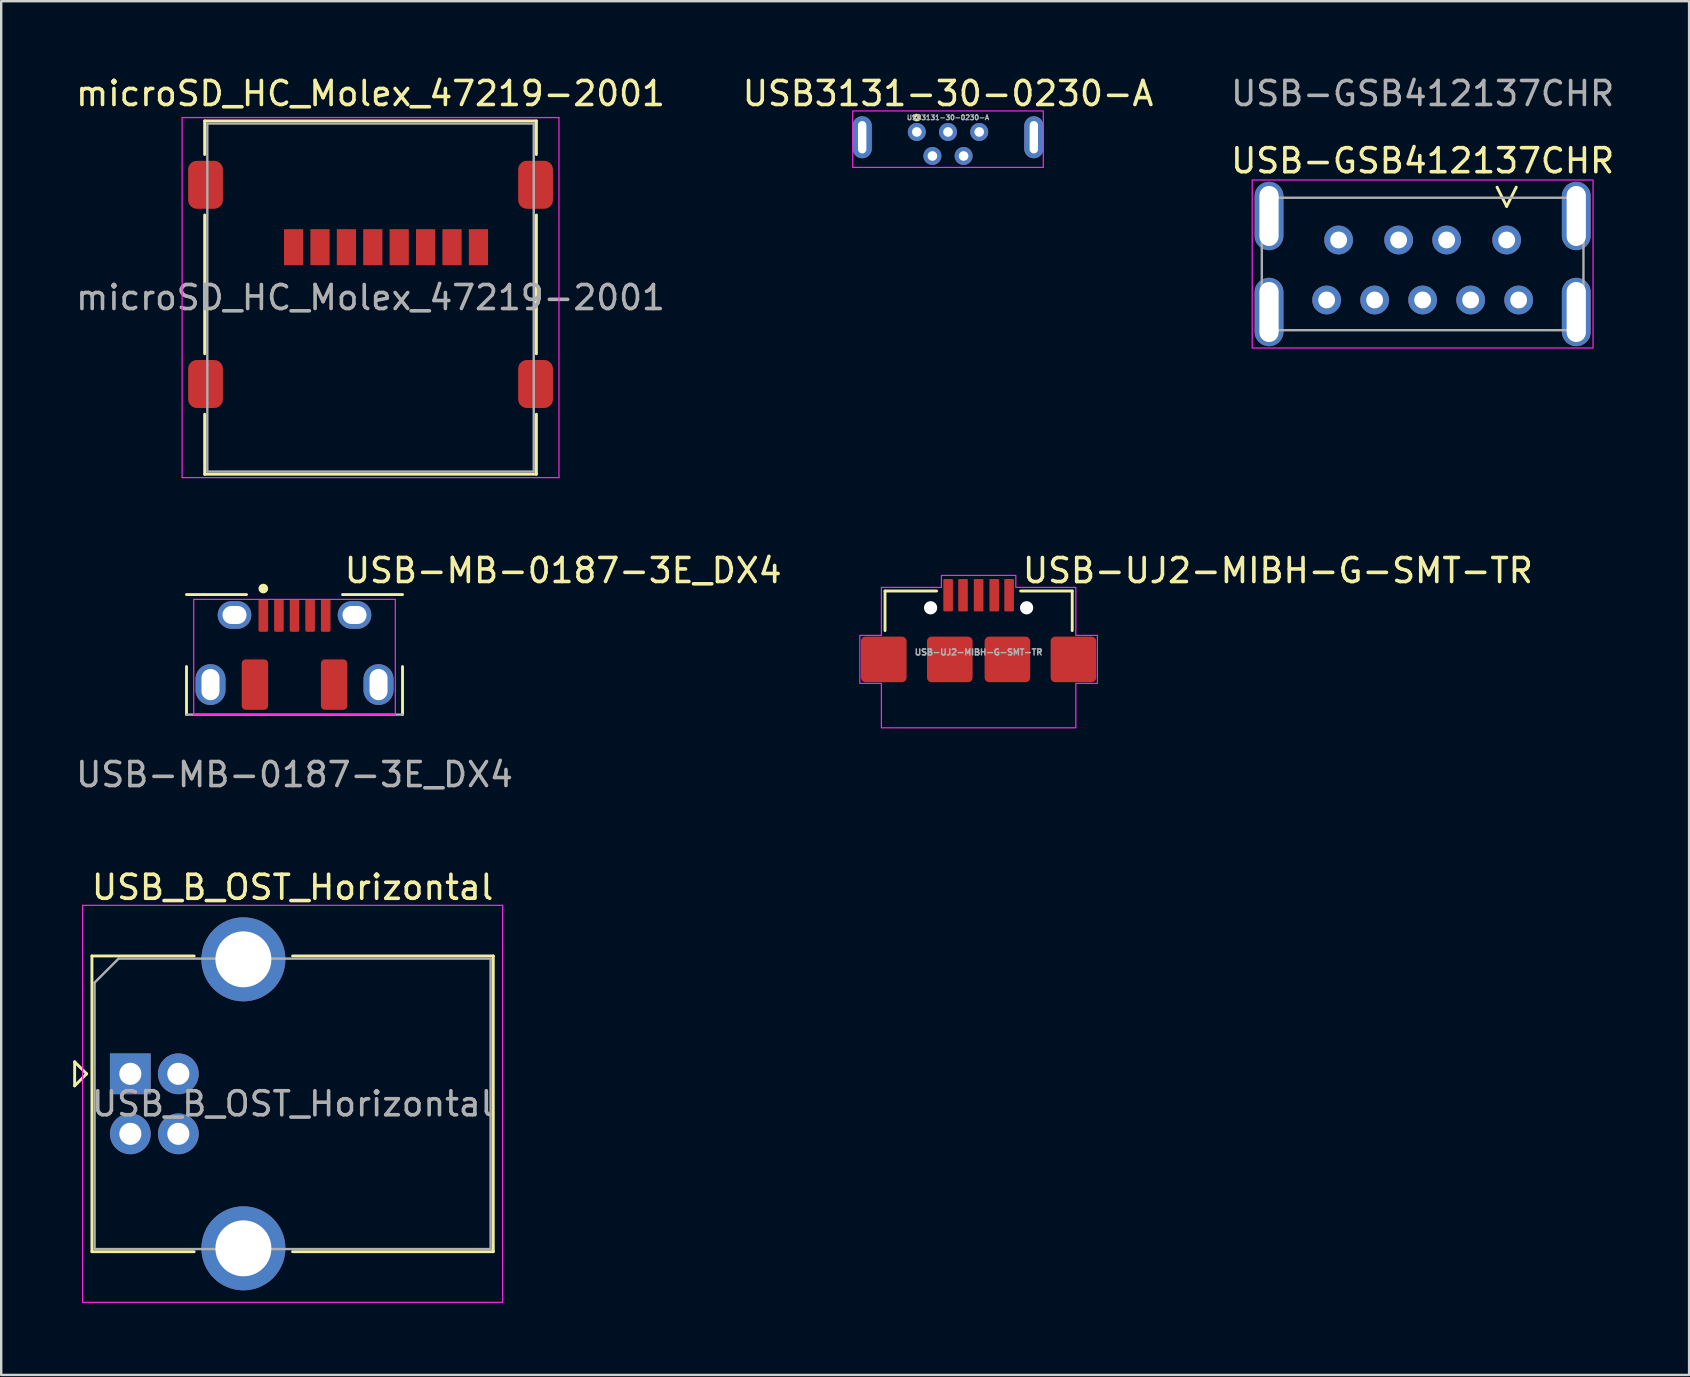
<source format=kicad_pcb>
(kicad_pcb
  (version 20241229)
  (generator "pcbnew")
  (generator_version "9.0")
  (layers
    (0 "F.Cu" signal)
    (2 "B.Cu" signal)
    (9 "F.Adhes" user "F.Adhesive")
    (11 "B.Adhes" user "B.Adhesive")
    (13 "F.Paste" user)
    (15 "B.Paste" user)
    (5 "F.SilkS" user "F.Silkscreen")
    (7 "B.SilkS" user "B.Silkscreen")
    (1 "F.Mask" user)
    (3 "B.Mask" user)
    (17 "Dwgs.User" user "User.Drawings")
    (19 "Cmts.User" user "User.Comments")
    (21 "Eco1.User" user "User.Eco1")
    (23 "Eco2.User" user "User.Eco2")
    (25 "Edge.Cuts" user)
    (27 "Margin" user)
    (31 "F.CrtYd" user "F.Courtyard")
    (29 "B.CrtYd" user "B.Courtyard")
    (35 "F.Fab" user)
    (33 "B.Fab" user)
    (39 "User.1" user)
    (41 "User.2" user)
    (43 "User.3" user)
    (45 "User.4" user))
  (footprint "USB_B_OST_Horizontal"
    (layer "F.Cu")
    (at 2.38 41.688)
    (property "Reference" "USB_B_OST_Horizontal" (at 6.76 -7.77 0) (layer "F.SilkS") (effects (font (size 1 1) (thickness 0.15))))
    (attr through_hole)
    (fp_line (start -2.32 -0.5) (end -2.32 0.5) (stroke (width 0.12) (type solid)) (layer "F.SilkS"))
    (fp_line (start -2.32 0.5) (end -1.82 0) (stroke (width 0.12) (type solid)) (layer "F.SilkS"))
    (fp_line (start -1.82 0) (end -2.32 -0.5) (stroke (width 0.12) (type solid)) (layer "F.SilkS"))
    (fp_line (start -1.6 -4.91) (end -1.6 7.41) (stroke (width 0.12) (type solid)) (layer "F.SilkS"))
    (fp_line (start -1.6 7.41) (end 2.66 7.41) (stroke (width 0.12) (type solid)) (layer "F.SilkS"))
    (fp_line (start 2.66 -4.91) (end -1.6 -4.91) (stroke (width 0.12) (type solid)) (layer "F.SilkS"))
    (fp_line (start 6.76 -4.91) (end 15.12 -4.91) (stroke (width 0.12) (type solid)) (layer "F.SilkS"))
    (fp_line (start 15.12 -4.91) (end 15.12 7.41) (stroke (width 0.12) (type solid)) (layer "F.SilkS"))
    (fp_line (start 15.12 7.41) (end 6.76 7.41) (stroke (width 0.12) (type solid)) (layer "F.SilkS"))
    (fp_line (start -1.99 -7.02) (end -1.99 9.52) (stroke (width 0.05) (type solid)) (layer "F.CrtYd"))
    (fp_line (start -1.99 9.52) (end 15.51 9.52) (stroke (width 0.05) (type solid)) (layer "F.CrtYd"))
    (fp_line (start 15.51 -7.02) (end -1.99 -7.02) (stroke (width 0.05) (type solid)) (layer "F.CrtYd"))
    (fp_line (start 15.51 9.52) (end 15.51 -7.02) (stroke (width 0.05) (type solid)) (layer "F.CrtYd"))
    (fp_line (start -1.49 -3.8) (end -0.49 -4.8) (stroke (width 0.1) (type solid)) (layer "F.Fab"))
    (fp_line (start -1.49 7.3) (end -1.49 -3.8) (stroke (width 0.1) (type solid)) (layer "F.Fab"))
    (fp_line (start -0.49 -4.8) (end 15.01 -4.8) (stroke (width 0.1) (type solid)) (layer "F.Fab"))
    (fp_line (start 15.01 -4.8) (end 15.01 7.3) (stroke (width 0.1) (type solid)) (layer "F.Fab"))
    (fp_line (start 15.01 7.3) (end -1.49 7.3) (stroke (width 0.1) (type solid)) (layer "F.Fab"))
    (fp_text user "${REFERENCE}" (at 6.76 1.25 0) (layer "F.Fab") (effects (font (size 1 1) (thickness 0.15))))
    (pad "1" thru_hole rect (at 0 0) (size 1.7 1.7) (drill 0.92) (layers "*.Cu" "*.Mask"))
    (pad "2" thru_hole circle (at 0 2.5) (size 1.7 1.7) (drill 0.92) (layers "*.Cu" "*.Mask"))
    (pad "3" thru_hole circle (at 2 2.5) (size 1.7 1.7) (drill 0.92) (layers "*.Cu" "*.Mask"))
    (pad "4" thru_hole circle (at 2 0) (size 1.7 1.7) (drill 0.92) (layers "*.Cu" "*.Mask"))
    (pad "5" thru_hole circle (at 4.71 -4.77) (size 3.5 3.5) (drill 2.33) (layers "*.Cu" "*.Mask"))
    (pad "5" thru_hole circle (at 4.71 7.27) (size 3.5 3.5) (drill 2.33) (layers "*.Cu" "*.Mask")))
  (footprint "USB-GSB412137CHR"
    (layer "F.Cu")
    (at 56.22 7.948)
    (property "Reference" "USB-GSB412137CHR" (at 0 -4.3 0) (unlocked yes) (layer "F.SilkS") (effects (font (size 1 1) (thickness 0.15))))
    (attr through_hole)
    (fp_line (start 3.5 -2.4) (end 3.1 -3.2) (stroke (width 0.12) (type solid)) (layer "F.SilkS"))
    (fp_line (start 3.5 -2.4) (end 3.9 -3.2) (stroke (width 0.12) (type solid)) (layer "F.SilkS"))
    (fp_rect (start -7.1 -3.5) (end 7.1 3.5) (stroke (width 0.05) (type solid)) (fill no) (layer "F.CrtYd"))
    (fp_rect (start -6.7 -2.76) (end 6.7 2.76) (stroke (width 0.1) (type solid)) (fill no) (layer "F.Fab"))
    (fp_text user "${REFERENCE}" (at 0 -7.1 0) (unlocked yes) (layer "F.Fab") (effects (font (size 1 1) (thickness 0.15))))
    (pad "1" thru_hole circle (at 3.5 -1) (size 1.2 1.2) (drill 0.7) (layers "*.Cu" "*.Mask"))
    (pad "2" thru_hole circle (at 1 -1) (size 1.2 1.2) (drill 0.7) (layers "*.Cu" "*.Mask"))
    (pad "3" thru_hole circle (at -1 -1) (size 1.2 1.2) (drill 0.7) (layers "*.Cu" "*.Mask"))
    (pad "4" thru_hole circle (at -3.5 -1) (size 1.2 1.2) (drill 0.7) (layers "*.Cu" "*.Mask"))
    (pad "5" thru_hole circle (at -4 1.5) (size 1.2 1.2) (drill 0.7) (layers "*.Cu" "*.Mask"))
    (pad "6" thru_hole circle (at -2 1.5) (size 1.2 1.2) (drill 0.7) (layers "*.Cu" "*.Mask"))
    (pad "7" thru_hole circle (at 0 1.5) (size 1.2 1.2) (drill 0.7) (layers "*.Cu" "*.Mask"))
    (pad "8" thru_hole circle (at 2 1.5) (size 1.2 1.2) (drill 0.7) (layers "*.Cu" "*.Mask"))
    (pad "9" thru_hole circle (at 4 1.5) (size 1.2 1.2) (drill 0.7) (layers "*.Cu" "*.Mask"))
    (pad "10" thru_hole oval (at -6.4 -2) (size 1.2 2.85) (drill oval 0.8 2.5) (layers "*.Cu" "*.Mask"))
    (pad "10" thru_hole oval (at -6.4 2) (size 1.2 2.85) (drill oval 0.8 2.5) (layers "*.Cu" "*.Mask"))
    (pad "10" thru_hole oval (at 6.4 -2) (size 1.2 2.85) (drill oval 0.8 2.5) (layers "*.Cu" "*.Mask"))
    (pad "10" thru_hole oval (at 6.4 2) (size 1.2 2.85) (drill oval 0.8 2.5) (layers "*.Cu" "*.Mask")))
  (footprint "USB-UJ2-MIBH-G-SMT-TR"
    (layer "F.Cu")
    (at 37.721 24.422)
    (property "Reference" "USB-UJ2-MIBH-G-SMT-TR" (at 1.75 -3.7 0) (unlocked yes) (layer "F.SilkS") (effects (font (size 1 1) (thickness 0.15)) (justify left)))
    (attr smd)
    (fp_line (start -3.9 -2.85) (end -3.9 -1.2) (stroke (width 0.12) (type default)) (layer "F.SilkS"))
    (fp_line (start -3.9 -2.85) (end -1.75 -2.85) (stroke (width 0.12) (type default)) (layer "F.SilkS"))
    (fp_line (start 1.75 -2.85) (end 3.9 -2.85) (stroke (width 0.12) (type default)) (layer "F.SilkS"))
    (fp_line (start 3.9 -2.85) (end 3.9 -1.2) (stroke (width 0.12) (type default)) (layer "F.SilkS"))
    (fp_poly (pts (xy -4.05 -3) (xy -1.55 -3) (xy -1.55 -3.5) (xy 1.55 -3.5) (xy 1.55 -3) (xy 4.05 -3) (xy 4.05 -1) (xy 4.95 -1) (xy 4.95 1) (xy 4.05 1) (xy 4.05 2.85) (xy -4.05 2.85) (xy -4.05 1) (xy -4.95 1) (xy -4.95 -1) (xy -4.05 -1)) (stroke (width 0.05) (type solid)) (fill no) (layer "F.CrtYd"))
    (fp_line (start -5 1.45) (end 5 1.45) (stroke (width 0.12) (type default)) (layer "User.2"))
    (fp_text user "${REFERENCE}" (at 0 -0.3 0) (unlocked yes) (layer "F.Fab") (effects (font (size 0.25 0.25) (thickness 0.85))))
    (pad "" np_thru_hole circle (at -2 -2.15) (size 0.55 0.55) (drill 0.55) (layers "*.Cu" "*.Mask"))
    (pad "" np_thru_hole circle (at 2 -2.15) (size 0.55 0.55) (drill 0.55) (layers "*.Cu" "*.Mask"))
    (pad "1" smd roundrect (at -1.27 -2.675) (size 0.4 1.35) (layers "F.Cu" "F.Mask" "F.Paste") (roundrect_rratio 0.1))
    (pad "2" smd roundrect (at -0.65 -2.675) (size 0.4 1.35) (layers "F.Cu" "F.Mask" "F.Paste") (roundrect_rratio 0.1))
    (pad "3" smd roundrect (at 0 -2.675) (size 0.4 1.35) (layers "F.Cu" "F.Mask" "F.Paste") (roundrect_rratio 0.1))
    (pad "4" smd roundrect (at 0.65 -2.675) (size 0.4 1.35) (layers "F.Cu" "F.Mask" "F.Paste") (roundrect_rratio 0.1))
    (pad "5" smd roundrect (at 1.27 -2.675) (size 0.4 1.35) (layers "F.Cu" "F.Mask" "F.Paste") (roundrect_rratio 0.1))
    (pad "6" smd roundrect (at -3.95 0) (size 1.9 1.9) (layers "F.Cu" "F.Mask" "F.Paste") (roundrect_rratio 0.1))
    (pad "6" smd roundrect (at -1.2 0) (size 1.9 1.9) (layers "F.Cu" "F.Mask" "F.Paste") (roundrect_rratio 0.1))
    (pad "6" smd roundrect (at 1.2 0) (size 1.9 1.9) (layers "F.Cu" "F.Mask" "F.Paste") (roundrect_rratio 0.1))
    (pad "6" smd roundrect (at 3.95 0) (size 1.9 1.9) (layers "F.Cu" "F.Mask" "F.Paste") (roundrect_rratio 0.1)))
  (footprint "microSD_HC_Molex_47219-2001"
    (layer "F.Cu")
    (at 12.387 9.348)
    (property "Reference" "microSD_HC_Molex_47219-2001" (at 0 -8.5 0) (unlocked yes) (layer "F.SilkS") (effects (font (size 1 1) (thickness 0.15))))
    (attr smd)
    (fp_line (start -6.91 -7.36) (end -6.91 -5.96) (stroke (width 0.12) (type solid)) (layer "F.SilkS"))
    (fp_line (start -6.91 -7.36) (end 6.91 -7.36) (stroke (width 0.12) (type solid)) (layer "F.SilkS"))
    (fp_line (start -6.91 2.34) (end -6.91 -3.44) (stroke (width 0.12) (type solid)) (layer "F.SilkS"))
    (fp_line (start -6.91 4.86) (end -6.91 7.36) (stroke (width 0.12) (type solid)) (layer "F.SilkS"))
    (fp_line (start -6.91 7.36) (end 6.91 7.36) (stroke (width 0.12) (type solid)) (layer "F.SilkS"))
    (fp_line (start 6.91 -7.36) (end 6.91 -5.96) (stroke (width 0.12) (type solid)) (layer "F.SilkS"))
    (fp_line (start 6.91 -3.44) (end 6.91 2.34) (stroke (width 0.12) (type solid)) (layer "F.SilkS"))
    (fp_line (start 6.91 4.86) (end 6.91 7.36) (stroke (width 0.12) (type solid)) (layer "F.SilkS"))
    (fp_line (start -7.85 -7.5) (end -7.85 7.5) (stroke (width 0.05) (type solid)) (layer "F.CrtYd"))
    (fp_line (start -7.85 -7.5) (end 7.85 -7.5) (stroke (width 0.05) (type solid)) (layer "F.CrtYd"))
    (fp_line (start -7.85 7.5) (end 7.85 7.5) (stroke (width 0.05) (type solid)) (layer "F.CrtYd"))
    (fp_line (start 7.85 -7.5) (end 7.85 7.5) (stroke (width 0.05) (type solid)) (layer "F.CrtYd"))
    (fp_line (start -6.8 -7.25) (end 6.8 -7.25) (stroke (width 0.1) (type solid)) (layer "F.Fab"))
    (fp_line (start -6.8 7.25) (end -6.8 -7.25) (stroke (width 0.1) (type solid)) (layer "F.Fab"))
    (fp_line (start -6.8 7.25) (end 6.8 7.25) (stroke (width 0.1) (type solid)) (layer "F.Fab"))
    (fp_line (start 6.8 -7.25) (end 6.8 7.25) (stroke (width 0.1) (type solid)) (layer "F.Fab"))
    (fp_text user "${REFERENCE}" (at 0 0 0) (unlocked yes) (layer "F.Fab") (effects (font (size 1 1) (thickness 0.15))))
    (pad "1" smd rect (at -3.205 -2.1) (size 0.8 1.5) (layers "F.Cu" "F.Mask" "F.Paste"))
    (pad "2" smd rect (at -2.105 -2.1) (size 0.8 1.5) (layers "F.Cu" "F.Mask" "F.Paste"))
    (pad "3" smd rect (at -1.005 -2.1) (size 0.8 1.5) (layers "F.Cu" "F.Mask" "F.Paste"))
    (pad "4" smd rect (at 0.095 -2.1) (size 0.8 1.5) (layers "F.Cu" "F.Mask" "F.Paste"))
    (pad "5" smd rect (at 1.195 -2.1) (size 0.8 1.5) (layers "F.Cu" "F.Mask" "F.Paste"))
    (pad "6" smd rect (at 2.295 -2.1) (size 0.8 1.5) (layers "F.Cu" "F.Mask" "F.Paste"))
    (pad "7" smd rect (at 3.395 -2.1) (size 0.8 1.5) (layers "F.Cu" "F.Mask" "F.Paste"))
    (pad "8" smd rect (at 4.495 -2.1) (size 0.8 1.5) (layers "F.Cu" "F.Mask" "F.Paste"))
    (pad "9" smd roundrect (at -6.875 -4.7) (size 1.45 2) (layers "F.Cu" "F.Mask" "F.Paste") (roundrect_rratio 0.25))
    (pad "9" smd roundrect (at -6.875 3.6) (size 1.45 2) (layers "F.Cu" "F.Mask" "F.Paste") (roundrect_rratio 0.25))
    (pad "9" smd roundrect (at 6.875 -4.7) (size 1.45 2) (layers "F.Cu" "F.Mask" "F.Paste") (roundrect_rratio 0.25))
    (pad "9" smd roundrect (at 6.875 3.6) (size 1.45 2) (layers "F.Cu" "F.Mask" "F.Paste") (roundrect_rratio 0.25)))
  (footprint "USB-MB-0187-3E_DX4"
    (layer "F.Cu")
    (at 9.22 26.721)
    (property "Reference" "USB-MB-0187-3E_DX4" (at 2 -6 0) (unlocked yes) (layer "F.SilkS") (effects (font (size 1 1) (thickness 0.15)) (justify left)))
    (attr smd)
    (fp_line (start -4.5 -5) (end -2 -5) (stroke (width 0.12) (type solid)) (layer "F.SilkS"))
    (fp_line (start -4.5 0) (end -4.5 -2) (stroke (width 0.12) (type solid)) (layer "F.SilkS"))
    (fp_line (start 2 -5) (end 4.5 -5) (stroke (width 0.12) (type solid)) (layer "F.SilkS"))
    (fp_line (start 4.5 0) (end 4.5 -2) (stroke (width 0.12) (type solid)) (layer "F.SilkS"))
    (fp_circle (center -1.3 -5.25) (end -1.1 -5.25) (stroke (width 0) (type solid)) (fill yes) (layer "F.SilkS"))
    (fp_rect (start -4.2 -4.8) (end 4.2 0) (stroke (width 0.05) (type solid)) (fill no) (layer "F.CrtYd"))
    (fp_line (start -4.5 0) (end 4.5 0) (stroke (width 0.1) (type solid)) (layer "F.Fab"))
    (fp_text user "${REFERENCE}" (at 0 2.5 0) (unlocked yes) (layer "F.Fab") (effects (font (size 1 1) (thickness 0.15))))
    (pad "1" smd roundrect (at -1.3 -4.125) (size 0.4 1.35) (layers "F.Cu" "F.Mask" "F.Paste") (roundrect_rratio 0.15))
    (pad "2" smd roundrect (at -0.65 -4.125) (size 0.4 1.35) (layers "F.Cu" "F.Mask" "F.Paste") (roundrect_rratio 0.15))
    (pad "3" smd roundrect (at 0 -4.125) (size 0.4 1.35) (layers "F.Cu" "F.Mask" "F.Paste") (roundrect_rratio 0.15))
    (pad "4" smd roundrect (at 0.65 -4.125) (size 0.4 1.35) (layers "F.Cu" "F.Mask" "F.Paste") (roundrect_rratio 0.15))
    (pad "5" smd roundrect (at 1.3 -4.125) (size 0.4 1.35) (layers "F.Cu" "F.Mask" "F.Paste") (roundrect_rratio 0.15))
    (pad "6" thru_hole oval (at -3.5 -1.25) (size 1.25 1.7) (drill oval 0.75 1.3) (layers "*.Cu" "*.Mask"))
    (pad "6" thru_hole oval (at -2.5 -4.15) (size 1.4 1.15) (drill oval 1 0.75) (layers "*.Cu" "*.Mask"))
    (pad "6" smd roundrect (at -1.65 -1.25) (size 1.1 2.1) (layers "F.Cu" "F.Mask" "F.Paste") (roundrect_rratio 0.15))
    (pad "6" smd roundrect (at 1.65 -1.25) (size 1.1 2.1) (layers "F.Cu" "F.Mask" "F.Paste") (roundrect_rratio 0.15))
    (pad "6" thru_hole oval (at 2.5 -4.15) (size 1.4 1.15) (drill oval 1 0.75) (layers "*.Cu" "*.Mask"))
    (pad "6" thru_hole oval (at 3.5 -1.25) (size 1.25 1.7) (drill oval 0.75 1.3) (layers "*.Cu" "*.Mask")))
  (footprint "USB3131-30-0230-A"
    (layer "F.Cu")
    (at 36.446 2.448)
    (property "Reference" "USB3131-30-0230-A" (at 0 -1.6 0) (unlocked yes) (layer "F.SilkS") (effects (font (size 1 1) (thickness 0.15))))
    (attr through_hole)
    (fp_circle (center -1.3 -0.6) (end -1.2 -0.6) (stroke (width 0.12) (type solid)) (fill no) (layer "F.SilkS"))
    (fp_rect (start -3.97 -0.875) (end 3.97 1.475) (stroke (width 0.05) (type solid)) (fill no) (layer "F.CrtYd"))
    (fp_text user "${REFERENCE}" (at 0 -0.6 0) (unlocked yes) (layer "F.Fab") (effects (font (size 0.2 0.2) (thickness 0.05))))
    (pad "1" thru_hole circle (at -1.3 0) (size 0.75 0.75) (drill 0.4) (layers "*.Cu" "*.Mask"))
    (pad "2" thru_hole circle (at -0.65 1) (size 0.75 0.75) (drill 0.4) (layers "*.Cu" "*.Mask"))
    (pad "3" thru_hole circle (at 0 0) (size 0.75 0.75) (drill 0.4) (layers "*.Cu" "*.Mask"))
    (pad "4" thru_hole circle (at 0.65 1) (size 0.75 0.75) (drill 0.4) (layers "*.Cu" "*.Mask"))
    (pad "5" thru_hole circle (at 1.3 0) (size 0.75 0.75) (drill 0.4) (layers "*.Cu" "*.Mask"))
    (pad "6" thru_hole oval (at -3.575 0.22) (size 0.8 1.75) (drill oval 0.35 1.35) (layers "*.Cu" "*.Mask"))
    (pad "6" thru_hole oval (at 3.575 0.22) (size 0.8 1.75) (drill oval 0.35 1.35) (layers "*.Cu" "*.Mask")))
  (gr_rect
    (start -3 -3)
    (end 67.321 54.233)
    (stroke (width 0.1) (type default))
    (fill no)
    (layer "Edge.Cuts")))
</source>
